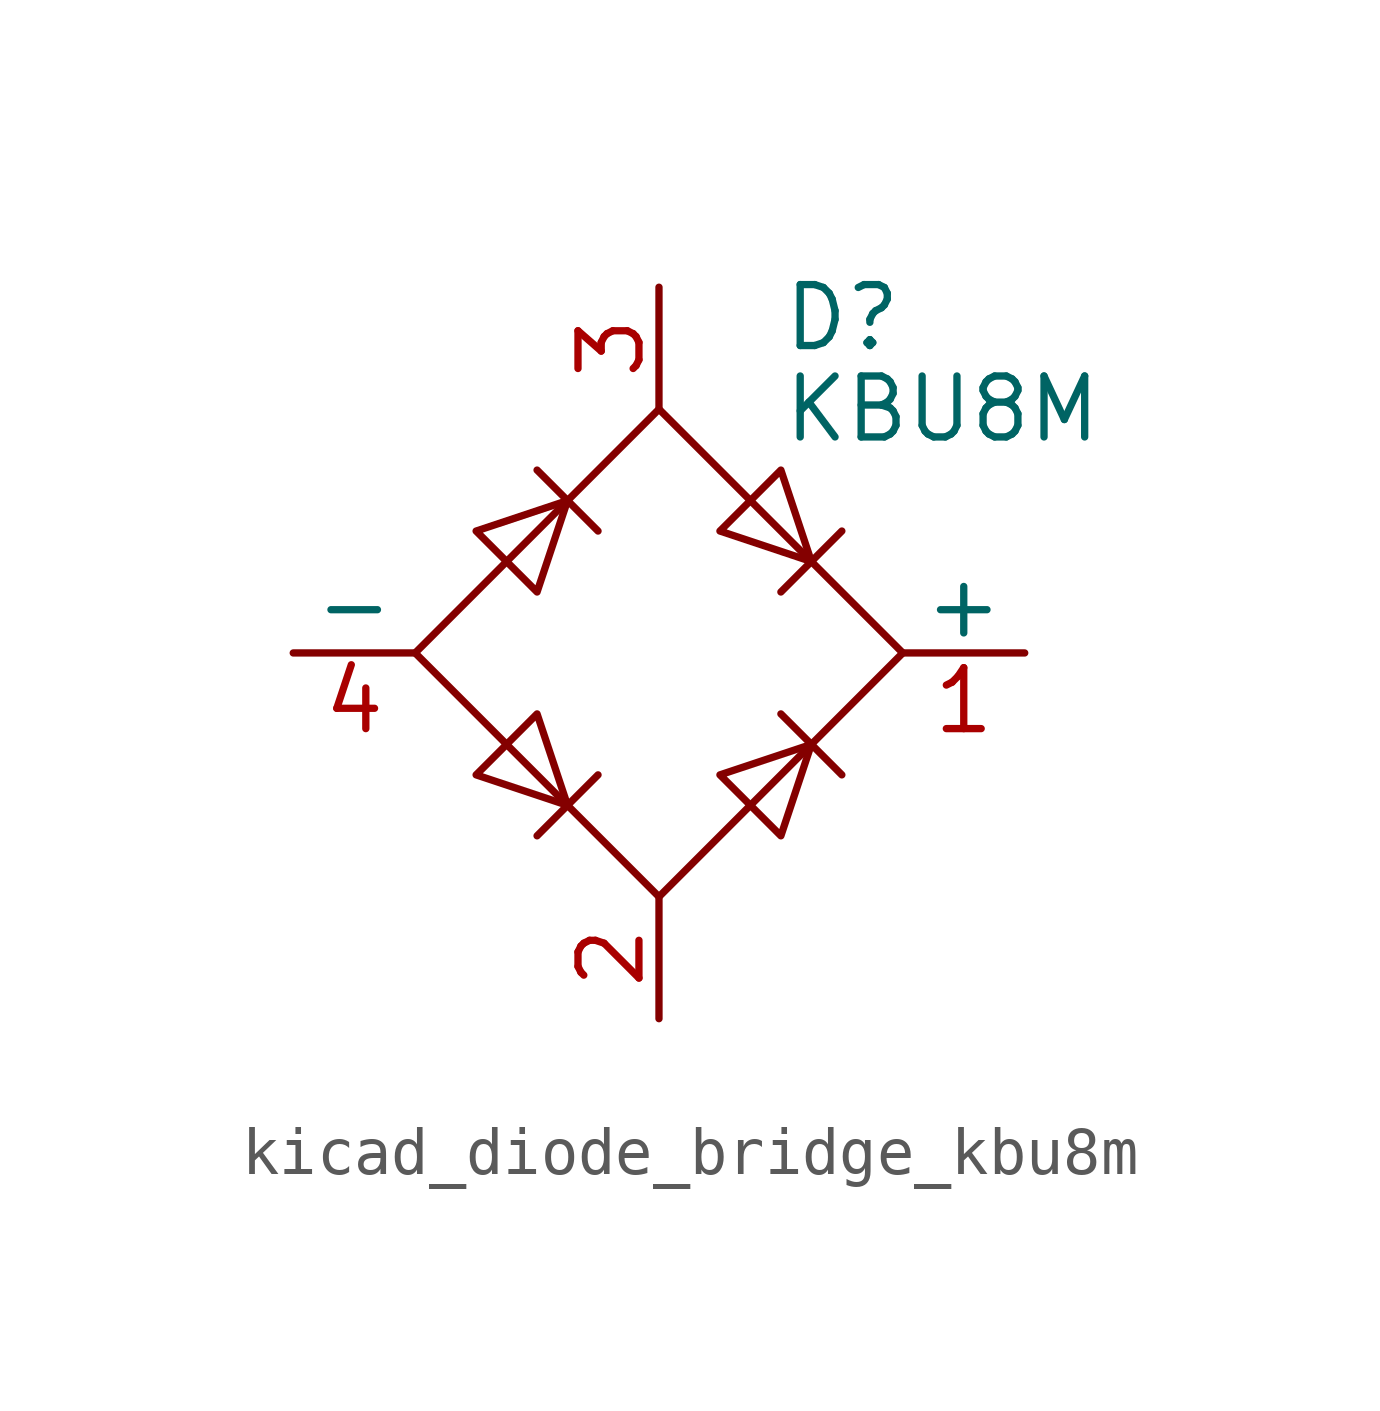
<source format=kicad_sym>
(kicad_symbol_lib
  (version 20220914)
  (generator kicad_symbol_editor)
  (symbol "kicad_diode_bridge_kbu8m"
    (pin_names
      (offset 0))
    (property "Reference" "D"
      (at 2.54 6.985 0)
      (effects (font (size 1.27 1.27)) (justify left)))
    (property "Value" "KBU8M"
      (at 2.54 5.08 0)
      (effects (font (size 1.27 1.27)) (justify left)))
    (symbol "kicad_diode_bridge_kbu8m_0_1"
      (polyline (pts (xy -2.54 3.81) (xy -1.27 2.54)) (stroke (width 0) (type default)) (fill (type none)))
      (polyline (pts (xy -1.27 -2.54) (xy -2.54 -3.81)) (stroke (width 0) (type default)) (fill (type none)))
      (polyline (pts (xy 2.54 -1.27) (xy 3.81 -2.54)) (stroke (width 0) (type default)) (fill (type none)))
      (polyline (pts (xy 2.54 1.27) (xy 3.81 2.54)) (stroke (width 0) (type default)) (fill (type none)))
      (polyline (pts (xy -3.81 2.54) (xy -2.54 1.27) (xy -1.905 3.175) (xy -3.81 2.54)) (stroke (width 0) (type default)) (fill (type none)))
      (polyline (pts (xy -2.54 -1.27) (xy -3.81 -2.54) (xy -1.905 -3.175) (xy -2.54 -1.27)) (stroke (width 0) (type default)) (fill (type none)))
      (polyline (pts (xy 1.27 2.54) (xy 2.54 3.81) (xy 3.175 1.905) (xy 1.27 2.54)) (stroke (width 0) (type default)) (fill (type none)))
      (polyline (pts (xy 3.175 -1.905) (xy 1.27 -2.54) (xy 2.54 -3.81) (xy 3.175 -1.905)) (stroke (width 0) (type default)) (fill (type none)))
      (polyline (pts (xy -5.08 0) (xy 0 -5.08) (xy 5.08 0) (xy 0 5.08) (xy -5.08 0)) (stroke (width 0) (type default)) (fill (type none))))
    (symbol "kicad_diode_bridge_kbu8m_1_1"
      (pin passive line (at 7.62 0 180) (length 2.54) (name "+" (effects (font (size 1.27 1.27)))) (number "1" (effects (font (size 1.27 1.27)))))
      (pin passive line (at 0 -7.62 90) (length 2.54) (name "~" (effects (font (size 1.27 1.27)))) (number "2" (effects (font (size 1.27 1.27)))))
      (pin passive line (at 0 7.62 270) (length 2.54) (name "~" (effects (font (size 1.27 1.27)))) (number "3" (effects (font (size 1.27 1.27)))))
      (pin passive line (at -7.62 0 0) (length 2.54) (name "-" (effects (font (size 1.27 1.27)))) (number "4" (effects (font (size 1.27 1.27))))))))
</source>
